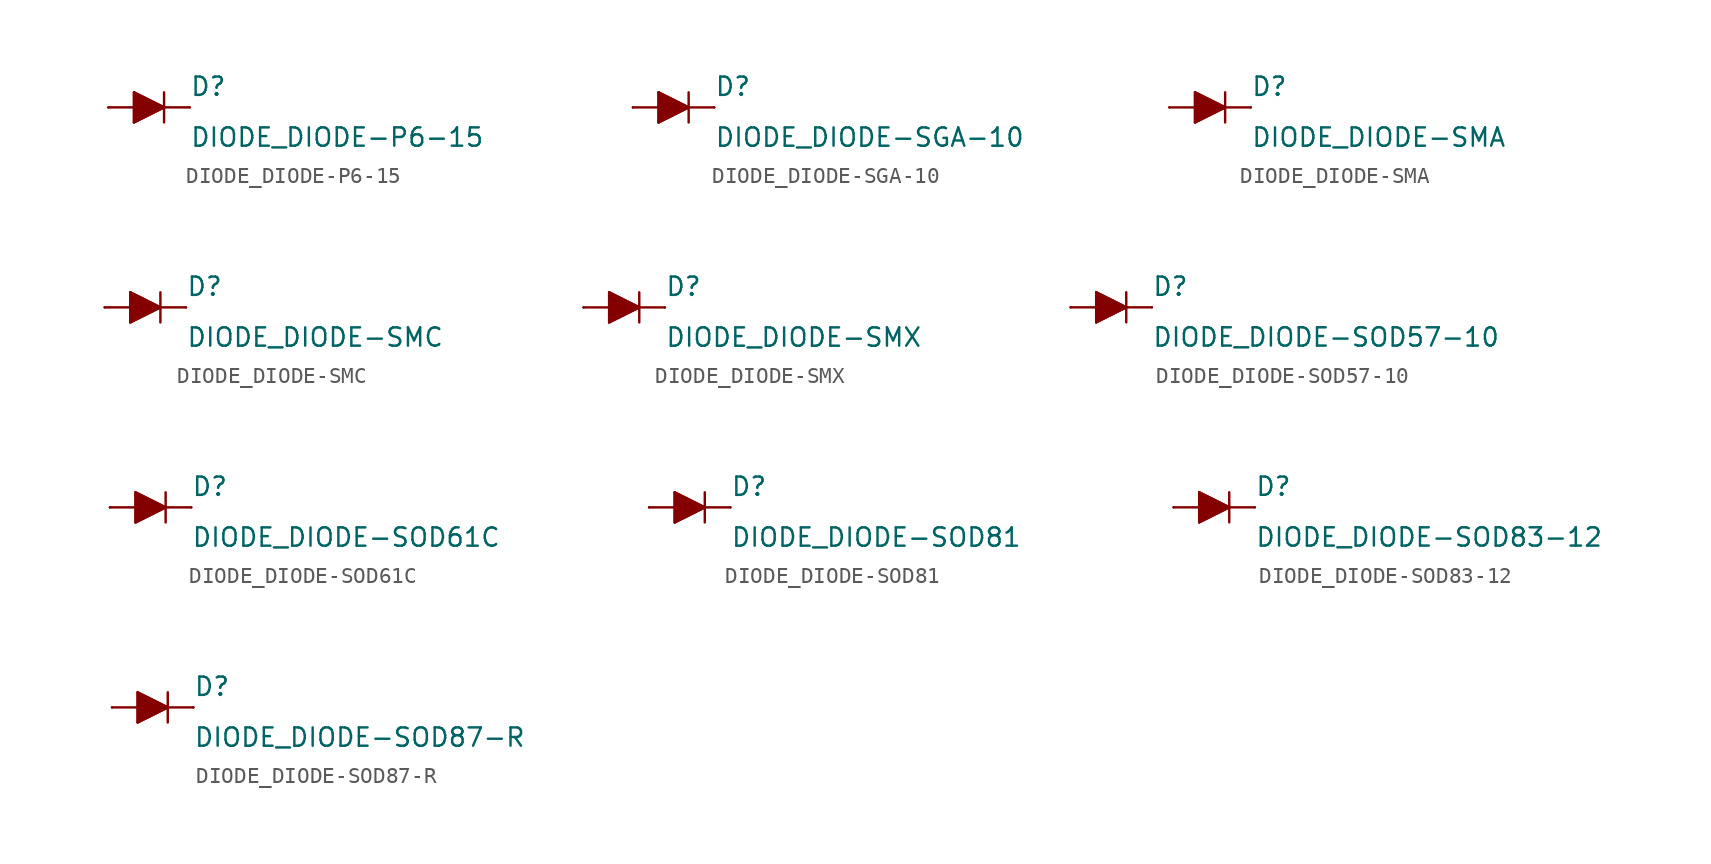
<source format=kicad_sym>
(kicad_symbol_lib
  (version 20210619)
  (generator kicad_symbol_editor)
  (symbol "DIODE_DIODE-P6-15"
    (pin_numbers hide)
    (pin_names
      (offset 1.016) hide)
    (property "Reference" "D"
      (at 2.54 0.635 0)
      (effects (font (size 1.143 1.143)) (justify left bottom)))
    (property "Value" "DIODE_DIODE-P6-15"
      (at 2.54 -2.54 0)
      (effects (font (size 1.143 1.143)) (justify left bottom)))
    (property "ki_locked" ""
      (at 0 0 0)
      (effects (font (size 1.27 1.27))))
    (symbol "DIODE_DIODE-P6-15_1_0"
      (polyline (pts (xy -0.94 -0.94) (xy 0.94 0)) (stroke (width 0)) (fill (type none)))
      (polyline (pts (xy -0.94 0) (xy -2.54 0)) (stroke (width 0)) (fill (type none)))
      (polyline (pts (xy -0.94 0) (xy -0.94 -0.94)) (stroke (width 0)) (fill (type none)))
      (polyline (pts (xy -0.94 0.94) (xy -0.94 0)) (stroke (width 0)) (fill (type none)))
      (polyline (pts (xy 0.94 0) (xy -0.94 0.94)) (stroke (width 0)) (fill (type none)))
      (polyline (pts (xy 0.94 0) (xy 0.94 -0.94)) (stroke (width 0)) (fill (type none)))
      (polyline (pts (xy 0.94 0) (xy 2.54 0)) (stroke (width 0)) (fill (type none)))
      (polyline (pts (xy 0.94 0.94) (xy 0.94 0)) (stroke (width 0)) (fill (type none))))
    (symbol "DIODE_DIODE-P6-15_1_1"
      (polyline (pts (xy -0.94 0.94) (xy 0.94 0) (xy 0.94 0) (xy -0.94 -0.94) (xy -0.94 -0.94) (xy -0.94 0.94)) (stroke (width 0)) (fill (type outline)))
      (pin passive line (at -2.54 0 0) (length 0) (name "A" (effects (font (size 1.016 1.016)))) (number "A" (effects (font (size 1.016 1.016)))))
      (pin passive line (at 2.54 0 180) (length 0) (name "C" (effects (font (size 1.016 1.016)))) (number "C" (effects (font (size 1.016 1.016)))))))
  (symbol "DIODE_DIODE-SGA-10"
    (pin_numbers hide)
    (pin_names
      (offset 1.016) hide)
    (property "Reference" "D"
      (at 2.54 0.635 0)
      (effects (font (size 1.143 1.143)) (justify left bottom)))
    (property "Value" "DIODE_DIODE-SGA-10"
      (at 2.54 -2.54 0)
      (effects (font (size 1.143 1.143)) (justify left bottom)))
    (property "ki_locked" ""
      (at 0 0 0)
      (effects (font (size 1.27 1.27))))
    (symbol "DIODE_DIODE-SGA-10_1_0"
      (polyline (pts (xy -0.94 -0.94) (xy 0.94 0)) (stroke (width 0)) (fill (type none)))
      (polyline (pts (xy -0.94 0) (xy -2.54 0)) (stroke (width 0)) (fill (type none)))
      (polyline (pts (xy -0.94 0) (xy -0.94 -0.94)) (stroke (width 0)) (fill (type none)))
      (polyline (pts (xy -0.94 0.94) (xy -0.94 0)) (stroke (width 0)) (fill (type none)))
      (polyline (pts (xy 0.94 0) (xy -0.94 0.94)) (stroke (width 0)) (fill (type none)))
      (polyline (pts (xy 0.94 0) (xy 0.94 -0.94)) (stroke (width 0)) (fill (type none)))
      (polyline (pts (xy 0.94 0) (xy 2.54 0)) (stroke (width 0)) (fill (type none)))
      (polyline (pts (xy 0.94 0.94) (xy 0.94 0)) (stroke (width 0)) (fill (type none))))
    (symbol "DIODE_DIODE-SGA-10_1_1"
      (polyline (pts (xy -0.94 0.94) (xy 0.94 0) (xy 0.94 0) (xy -0.94 -0.94) (xy -0.94 -0.94) (xy -0.94 0.94)) (stroke (width 0)) (fill (type outline)))
      (pin passive line (at -2.54 0 0) (length 0) (name "A" (effects (font (size 1.016 1.016)))) (number "A" (effects (font (size 1.016 1.016)))))
      (pin passive line (at 2.54 0 180) (length 0) (name "C" (effects (font (size 1.016 1.016)))) (number "C" (effects (font (size 1.016 1.016)))))))
  (symbol "DIODE_DIODE-SMA"
    (pin_numbers hide)
    (pin_names
      (offset 1.016) hide)
    (property "Reference" "D"
      (at 2.54 0.635 0)
      (effects (font (size 1.143 1.143)) (justify left bottom)))
    (property "Value" "DIODE_DIODE-SMA"
      (at 2.54 -2.54 0)
      (effects (font (size 1.143 1.143)) (justify left bottom)))
    (property "ki_locked" ""
      (at 0 0 0)
      (effects (font (size 1.27 1.27))))
    (symbol "DIODE_DIODE-SMA_1_0"
      (polyline (pts (xy -0.94 -0.94) (xy 0.94 0)) (stroke (width 0)) (fill (type none)))
      (polyline (pts (xy -0.94 0) (xy -2.54 0)) (stroke (width 0)) (fill (type none)))
      (polyline (pts (xy -0.94 0) (xy -0.94 -0.94)) (stroke (width 0)) (fill (type none)))
      (polyline (pts (xy -0.94 0.94) (xy -0.94 0)) (stroke (width 0)) (fill (type none)))
      (polyline (pts (xy 0.94 0) (xy -0.94 0.94)) (stroke (width 0)) (fill (type none)))
      (polyline (pts (xy 0.94 0) (xy 0.94 -0.94)) (stroke (width 0)) (fill (type none)))
      (polyline (pts (xy 0.94 0) (xy 2.54 0)) (stroke (width 0)) (fill (type none)))
      (polyline (pts (xy 0.94 0.94) (xy 0.94 0)) (stroke (width 0)) (fill (type none))))
    (symbol "DIODE_DIODE-SMA_1_1"
      (polyline (pts (xy -0.94 0.94) (xy 0.94 0) (xy 0.94 0) (xy -0.94 -0.94) (xy -0.94 -0.94) (xy -0.94 0.94)) (stroke (width 0)) (fill (type outline)))
      (pin passive line (at -2.54 0 0) (length 0) (name "A" (effects (font (size 1.016 1.016)))) (number "A" (effects (font (size 1.016 1.016)))))
      (pin passive line (at 2.54 0 180) (length 0) (name "C" (effects (font (size 1.016 1.016)))) (number "C" (effects (font (size 1.016 1.016)))))))
  (symbol "DIODE_DIODE-SMC"
    (pin_numbers hide)
    (pin_names
      (offset 1.016) hide)
    (property "Reference" "D"
      (at 2.54 0.635 0)
      (effects (font (size 1.143 1.143)) (justify left bottom)))
    (property "Value" "DIODE_DIODE-SMC"
      (at 2.54 -2.54 0)
      (effects (font (size 1.143 1.143)) (justify left bottom)))
    (property "ki_locked" ""
      (at 0 0 0)
      (effects (font (size 1.27 1.27))))
    (symbol "DIODE_DIODE-SMC_1_0"
      (polyline (pts (xy -0.94 -0.94) (xy 0.94 0)) (stroke (width 0)) (fill (type none)))
      (polyline (pts (xy -0.94 0) (xy -2.54 0)) (stroke (width 0)) (fill (type none)))
      (polyline (pts (xy -0.94 0) (xy -0.94 -0.94)) (stroke (width 0)) (fill (type none)))
      (polyline (pts (xy -0.94 0.94) (xy -0.94 0)) (stroke (width 0)) (fill (type none)))
      (polyline (pts (xy 0.94 0) (xy -0.94 0.94)) (stroke (width 0)) (fill (type none)))
      (polyline (pts (xy 0.94 0) (xy 0.94 -0.94)) (stroke (width 0)) (fill (type none)))
      (polyline (pts (xy 0.94 0) (xy 2.54 0)) (stroke (width 0)) (fill (type none)))
      (polyline (pts (xy 0.94 0.94) (xy 0.94 0)) (stroke (width 0)) (fill (type none))))
    (symbol "DIODE_DIODE-SMC_1_1"
      (polyline (pts (xy -0.94 0.94) (xy 0.94 0) (xy 0.94 0) (xy -0.94 -0.94) (xy -0.94 -0.94) (xy -0.94 0.94)) (stroke (width 0)) (fill (type outline)))
      (pin passive line (at -2.54 0 0) (length 0) (name "A" (effects (font (size 1.016 1.016)))) (number "A" (effects (font (size 1.016 1.016)))))
      (pin passive line (at 2.54 0 180) (length 0) (name "C" (effects (font (size 1.016 1.016)))) (number "C" (effects (font (size 1.016 1.016)))))))
  (symbol "DIODE_DIODE-SMX"
    (pin_numbers hide)
    (pin_names
      (offset 1.016) hide)
    (property "Reference" "D"
      (at 2.54 0.635 0)
      (effects (font (size 1.143 1.143)) (justify left bottom)))
    (property "Value" "DIODE_DIODE-SMX"
      (at 2.54 -2.54 0)
      (effects (font (size 1.143 1.143)) (justify left bottom)))
    (property "ki_locked" ""
      (at 0 0 0)
      (effects (font (size 1.27 1.27))))
    (symbol "DIODE_DIODE-SMX_1_0"
      (polyline (pts (xy -0.94 -0.94) (xy 0.94 0)) (stroke (width 0)) (fill (type none)))
      (polyline (pts (xy -0.94 0) (xy -2.54 0)) (stroke (width 0)) (fill (type none)))
      (polyline (pts (xy -0.94 0) (xy -0.94 -0.94)) (stroke (width 0)) (fill (type none)))
      (polyline (pts (xy -0.94 0.94) (xy -0.94 0)) (stroke (width 0)) (fill (type none)))
      (polyline (pts (xy 0.94 0) (xy -0.94 0.94)) (stroke (width 0)) (fill (type none)))
      (polyline (pts (xy 0.94 0) (xy 0.94 -0.94)) (stroke (width 0)) (fill (type none)))
      (polyline (pts (xy 0.94 0) (xy 2.54 0)) (stroke (width 0)) (fill (type none)))
      (polyline (pts (xy 0.94 0.94) (xy 0.94 0)) (stroke (width 0)) (fill (type none))))
    (symbol "DIODE_DIODE-SMX_1_1"
      (polyline (pts (xy -0.94 0.94) (xy 0.94 0) (xy 0.94 0) (xy -0.94 -0.94) (xy -0.94 -0.94) (xy -0.94 0.94)) (stroke (width 0)) (fill (type outline)))
      (pin passive line (at -2.54 0 0) (length 0) (name "A" (effects (font (size 1.016 1.016)))) (number "A" (effects (font (size 1.016 1.016)))))
      (pin passive line (at 2.54 0 180) (length 0) (name "C" (effects (font (size 1.016 1.016)))) (number "C" (effects (font (size 1.016 1.016)))))))
  (symbol "DIODE_DIODE-SOD57-10"
    (pin_numbers hide)
    (pin_names
      (offset 1.016) hide)
    (property "Reference" "D"
      (at 2.54 0.635 0)
      (effects (font (size 1.143 1.143)) (justify left bottom)))
    (property "Value" "DIODE_DIODE-SOD57-10"
      (at 2.54 -2.54 0)
      (effects (font (size 1.143 1.143)) (justify left bottom)))
    (property "ki_locked" ""
      (at 0 0 0)
      (effects (font (size 1.27 1.27))))
    (symbol "DIODE_DIODE-SOD57-10_1_0"
      (polyline (pts (xy -0.94 -0.94) (xy 0.94 0)) (stroke (width 0)) (fill (type none)))
      (polyline (pts (xy -0.94 0) (xy -2.54 0)) (stroke (width 0)) (fill (type none)))
      (polyline (pts (xy -0.94 0) (xy -0.94 -0.94)) (stroke (width 0)) (fill (type none)))
      (polyline (pts (xy -0.94 0.94) (xy -0.94 0)) (stroke (width 0)) (fill (type none)))
      (polyline (pts (xy 0.94 0) (xy -0.94 0.94)) (stroke (width 0)) (fill (type none)))
      (polyline (pts (xy 0.94 0) (xy 0.94 -0.94)) (stroke (width 0)) (fill (type none)))
      (polyline (pts (xy 0.94 0) (xy 2.54 0)) (stroke (width 0)) (fill (type none)))
      (polyline (pts (xy 0.94 0.94) (xy 0.94 0)) (stroke (width 0)) (fill (type none))))
    (symbol "DIODE_DIODE-SOD57-10_1_1"
      (polyline (pts (xy -0.94 0.94) (xy 0.94 0) (xy 0.94 0) (xy -0.94 -0.94) (xy -0.94 -0.94) (xy -0.94 0.94)) (stroke (width 0)) (fill (type outline)))
      (pin passive line (at -2.54 0 0) (length 0) (name "A" (effects (font (size 1.016 1.016)))) (number "A" (effects (font (size 1.016 1.016)))))
      (pin passive line (at 2.54 0 180) (length 0) (name "C" (effects (font (size 1.016 1.016)))) (number "C" (effects (font (size 1.016 1.016)))))))
  (symbol "DIODE_DIODE-SOD61C"
    (pin_numbers hide)
    (pin_names
      (offset 1.016) hide)
    (property "Reference" "D"
      (at 2.54 0.635 0)
      (effects (font (size 1.143 1.143)) (justify left bottom)))
    (property "Value" "DIODE_DIODE-SOD61C"
      (at 2.54 -2.54 0)
      (effects (font (size 1.143 1.143)) (justify left bottom)))
    (property "ki_locked" ""
      (at 0 0 0)
      (effects (font (size 1.27 1.27))))
    (symbol "DIODE_DIODE-SOD61C_1_0"
      (polyline (pts (xy -0.94 -0.94) (xy 0.94 0)) (stroke (width 0)) (fill (type none)))
      (polyline (pts (xy -0.94 0) (xy -2.54 0)) (stroke (width 0)) (fill (type none)))
      (polyline (pts (xy -0.94 0) (xy -0.94 -0.94)) (stroke (width 0)) (fill (type none)))
      (polyline (pts (xy -0.94 0.94) (xy -0.94 0)) (stroke (width 0)) (fill (type none)))
      (polyline (pts (xy 0.94 0) (xy -0.94 0.94)) (stroke (width 0)) (fill (type none)))
      (polyline (pts (xy 0.94 0) (xy 0.94 -0.94)) (stroke (width 0)) (fill (type none)))
      (polyline (pts (xy 0.94 0) (xy 2.54 0)) (stroke (width 0)) (fill (type none)))
      (polyline (pts (xy 0.94 0.94) (xy 0.94 0)) (stroke (width 0)) (fill (type none))))
    (symbol "DIODE_DIODE-SOD61C_1_1"
      (polyline (pts (xy -0.94 0.94) (xy 0.94 0) (xy 0.94 0) (xy -0.94 -0.94) (xy -0.94 -0.94) (xy -0.94 0.94)) (stroke (width 0)) (fill (type outline)))
      (pin passive line (at -2.54 0 0) (length 0) (name "A" (effects (font (size 1.016 1.016)))) (number "A" (effects (font (size 1.016 1.016)))))
      (pin passive line (at 2.54 0 180) (length 0) (name "C" (effects (font (size 1.016 1.016)))) (number "C" (effects (font (size 1.016 1.016)))))))
  (symbol "DIODE_DIODE-SOD81"
    (pin_numbers hide)
    (pin_names
      (offset 1.016) hide)
    (property "Reference" "D"
      (at 2.54 0.635 0)
      (effects (font (size 1.143 1.143)) (justify left bottom)))
    (property "Value" "DIODE_DIODE-SOD81"
      (at 2.54 -2.54 0)
      (effects (font (size 1.143 1.143)) (justify left bottom)))
    (property "ki_locked" ""
      (at 0 0 0)
      (effects (font (size 1.27 1.27))))
    (symbol "DIODE_DIODE-SOD81_1_0"
      (polyline (pts (xy -0.94 -0.94) (xy 0.94 0)) (stroke (width 0)) (fill (type none)))
      (polyline (pts (xy -0.94 0) (xy -2.54 0)) (stroke (width 0)) (fill (type none)))
      (polyline (pts (xy -0.94 0) (xy -0.94 -0.94)) (stroke (width 0)) (fill (type none)))
      (polyline (pts (xy -0.94 0.94) (xy -0.94 0)) (stroke (width 0)) (fill (type none)))
      (polyline (pts (xy 0.94 0) (xy -0.94 0.94)) (stroke (width 0)) (fill (type none)))
      (polyline (pts (xy 0.94 0) (xy 0.94 -0.94)) (stroke (width 0)) (fill (type none)))
      (polyline (pts (xy 0.94 0) (xy 2.54 0)) (stroke (width 0)) (fill (type none)))
      (polyline (pts (xy 0.94 0.94) (xy 0.94 0)) (stroke (width 0)) (fill (type none))))
    (symbol "DIODE_DIODE-SOD81_1_1"
      (polyline (pts (xy -0.94 0.94) (xy 0.94 0) (xy 0.94 0) (xy -0.94 -0.94) (xy -0.94 -0.94) (xy -0.94 0.94)) (stroke (width 0)) (fill (type outline)))
      (pin passive line (at -2.54 0 0) (length 0) (name "A" (effects (font (size 1.016 1.016)))) (number "A" (effects (font (size 1.016 1.016)))))
      (pin passive line (at 2.54 0 180) (length 0) (name "C" (effects (font (size 1.016 1.016)))) (number "C" (effects (font (size 1.016 1.016)))))))
  (symbol "DIODE_DIODE-SOD83-12"
    (pin_numbers hide)
    (pin_names
      (offset 1.016) hide)
    (property "Reference" "D"
      (at 2.54 0.635 0)
      (effects (font (size 1.143 1.143)) (justify left bottom)))
    (property "Value" "DIODE_DIODE-SOD83-12"
      (at 2.54 -2.54 0)
      (effects (font (size 1.143 1.143)) (justify left bottom)))
    (property "ki_locked" ""
      (at 0 0 0)
      (effects (font (size 1.27 1.27))))
    (symbol "DIODE_DIODE-SOD83-12_1_0"
      (polyline (pts (xy -0.94 -0.94) (xy 0.94 0)) (stroke (width 0)) (fill (type none)))
      (polyline (pts (xy -0.94 0) (xy -2.54 0)) (stroke (width 0)) (fill (type none)))
      (polyline (pts (xy -0.94 0) (xy -0.94 -0.94)) (stroke (width 0)) (fill (type none)))
      (polyline (pts (xy -0.94 0.94) (xy -0.94 0)) (stroke (width 0)) (fill (type none)))
      (polyline (pts (xy 0.94 0) (xy -0.94 0.94)) (stroke (width 0)) (fill (type none)))
      (polyline (pts (xy 0.94 0) (xy 0.94 -0.94)) (stroke (width 0)) (fill (type none)))
      (polyline (pts (xy 0.94 0) (xy 2.54 0)) (stroke (width 0)) (fill (type none)))
      (polyline (pts (xy 0.94 0.94) (xy 0.94 0)) (stroke (width 0)) (fill (type none))))
    (symbol "DIODE_DIODE-SOD83-12_1_1"
      (polyline (pts (xy -0.94 0.94) (xy 0.94 0) (xy 0.94 0) (xy -0.94 -0.94) (xy -0.94 -0.94) (xy -0.94 0.94)) (stroke (width 0)) (fill (type outline)))
      (pin passive line (at -2.54 0 0) (length 0) (name "A" (effects (font (size 1.016 1.016)))) (number "A" (effects (font (size 1.016 1.016)))))
      (pin passive line (at 2.54 0 180) (length 0) (name "C" (effects (font (size 1.016 1.016)))) (number "C" (effects (font (size 1.016 1.016)))))))
  (symbol "DIODE_DIODE-SOD87-R"
    (pin_numbers hide)
    (pin_names
      (offset 1.016) hide)
    (property "Reference" "D"
      (at 2.54 0.635 0)
      (effects (font (size 1.143 1.143)) (justify left bottom)))
    (property "Value" "DIODE_DIODE-SOD87-R"
      (at 2.54 -2.54 0)
      (effects (font (size 1.143 1.143)) (justify left bottom)))
    (property "ki_locked" ""
      (at 0 0 0)
      (effects (font (size 1.27 1.27))))
    (symbol "DIODE_DIODE-SOD87-R_1_0"
      (polyline (pts (xy -0.94 -0.94) (xy 0.94 0)) (stroke (width 0)) (fill (type none)))
      (polyline (pts (xy -0.94 0) (xy -2.54 0)) (stroke (width 0)) (fill (type none)))
      (polyline (pts (xy -0.94 0) (xy -0.94 -0.94)) (stroke (width 0)) (fill (type none)))
      (polyline (pts (xy -0.94 0.94) (xy -0.94 0)) (stroke (width 0)) (fill (type none)))
      (polyline (pts (xy 0.94 0) (xy -0.94 0.94)) (stroke (width 0)) (fill (type none)))
      (polyline (pts (xy 0.94 0) (xy 0.94 -0.94)) (stroke (width 0)) (fill (type none)))
      (polyline (pts (xy 0.94 0) (xy 2.54 0)) (stroke (width 0)) (fill (type none)))
      (polyline (pts (xy 0.94 0.94) (xy 0.94 0)) (stroke (width 0)) (fill (type none))))
    (symbol "DIODE_DIODE-SOD87-R_1_1"
      (polyline (pts (xy -0.94 0.94) (xy 0.94 0) (xy 0.94 0) (xy -0.94 -0.94) (xy -0.94 -0.94) (xy -0.94 0.94)) (stroke (width 0)) (fill (type outline)))
      (pin passive line (at -2.54 0 0) (length 0) (name "A" (effects (font (size 1.016 1.016)))) (number "A" (effects (font (size 1.016 1.016)))))
      (pin passive line (at 2.54 0 180) (length 0) (name "C" (effects (font (size 1.016 1.016)))) (number "C" (effects (font (size 1.016 1.016))))))))
</source>
